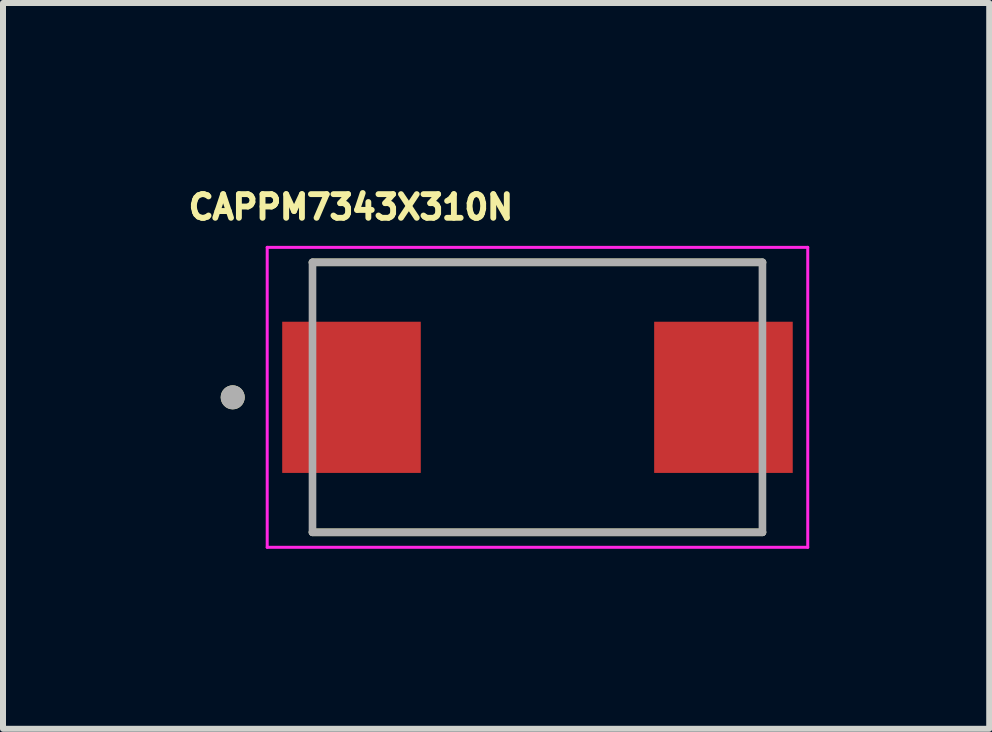
<source format=kicad_pcb>
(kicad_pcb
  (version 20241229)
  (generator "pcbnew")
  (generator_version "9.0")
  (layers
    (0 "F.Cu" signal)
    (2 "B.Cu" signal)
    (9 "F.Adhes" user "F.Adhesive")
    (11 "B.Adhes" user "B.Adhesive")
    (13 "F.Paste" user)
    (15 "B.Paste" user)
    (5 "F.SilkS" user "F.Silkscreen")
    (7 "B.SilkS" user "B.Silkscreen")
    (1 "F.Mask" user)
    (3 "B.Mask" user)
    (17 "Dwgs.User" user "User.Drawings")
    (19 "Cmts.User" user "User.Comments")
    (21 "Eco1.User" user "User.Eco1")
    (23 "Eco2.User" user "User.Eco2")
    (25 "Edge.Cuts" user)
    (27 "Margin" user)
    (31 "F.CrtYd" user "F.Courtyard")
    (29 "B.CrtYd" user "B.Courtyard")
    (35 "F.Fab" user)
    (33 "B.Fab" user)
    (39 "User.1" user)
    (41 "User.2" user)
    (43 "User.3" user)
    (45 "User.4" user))
  (footprint "CAPPM7343X310N"
    (layer "F.Cu")
    (at 5.909 3.573)
    (property "Reference" "CAPPM7343X310N" (at -3.11 -3.17 0) (layer "F.SilkS") (effects (font (size 0.394 0.394) (thickness 0.098))))
    (attr smd)
    (fp_line (start -3.75 -2.25) (end 3.75 -2.25) (stroke (width 0.127) (type solid)) (layer "F.SilkS"))
    (fp_line (start -3.75 2.25) (end 3.75 2.25) (stroke (width 0.127) (type solid)) (layer "F.SilkS"))
    (fp_circle (center -5.08 0) (end -4.98 0) (stroke (width 0.2) (type solid)) (fill no) (layer "F.SilkS"))
    (fp_line (start -4.505 -2.5) (end 4.505 -2.5) (stroke (width 0.05) (type solid)) (layer "F.CrtYd"))
    (fp_line (start -4.505 2.5) (end -4.505 -2.5) (stroke (width 0.05) (type solid)) (layer "F.CrtYd"))
    (fp_line (start -4.505 2.5) (end 4.505 2.5) (stroke (width 0.05) (type solid)) (layer "F.CrtYd"))
    (fp_line (start 4.505 2.5) (end 4.505 -2.5) (stroke (width 0.05) (type solid)) (layer "F.CrtYd"))
    (fp_line (start -3.75 2.25) (end -3.75 -2.25) (stroke (width 0.127) (type solid)) (layer "F.Fab"))
    (fp_line (start 3.75 -2.25) (end -3.75 -2.25) (stroke (width 0.127) (type solid)) (layer "F.Fab"))
    (fp_line (start 3.75 2.25) (end -3.75 2.25) (stroke (width 0.127) (type solid)) (layer "F.Fab"))
    (fp_line (start 3.75 2.25) (end 3.75 -2.25) (stroke (width 0.127) (type solid)) (layer "F.Fab"))
    (fp_circle (center -5.08 0) (end -4.98 0) (stroke (width 0.2) (type solid)) (fill no) (layer "F.Fab"))
    (pad "1" smd rect (at -3.1 0) (size 2.31 2.52) (layers "F.Cu" "F.Mask" "F.Paste"))
    (pad "2" smd rect (at 3.1 0) (size 2.31 2.52) (layers "F.Cu" "F.Mask" "F.Paste")))
  (gr_rect
    (start -3 -3)
    (end 13.439 9.098)
    (stroke (width 0.1) (type default))
    (fill no)
    (layer "Edge.Cuts")))
</source>
